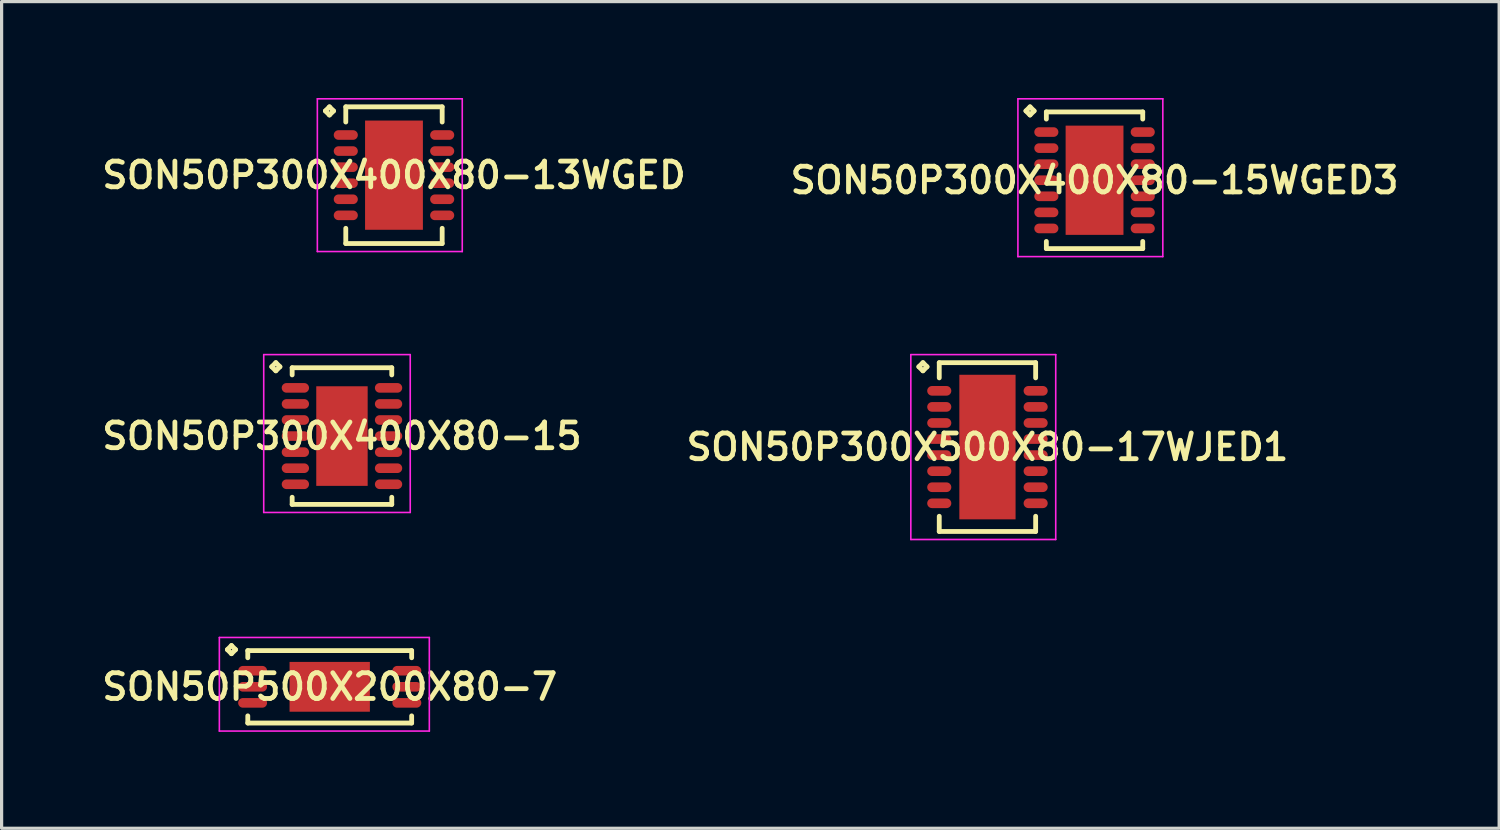
<source format=kicad_pcb>
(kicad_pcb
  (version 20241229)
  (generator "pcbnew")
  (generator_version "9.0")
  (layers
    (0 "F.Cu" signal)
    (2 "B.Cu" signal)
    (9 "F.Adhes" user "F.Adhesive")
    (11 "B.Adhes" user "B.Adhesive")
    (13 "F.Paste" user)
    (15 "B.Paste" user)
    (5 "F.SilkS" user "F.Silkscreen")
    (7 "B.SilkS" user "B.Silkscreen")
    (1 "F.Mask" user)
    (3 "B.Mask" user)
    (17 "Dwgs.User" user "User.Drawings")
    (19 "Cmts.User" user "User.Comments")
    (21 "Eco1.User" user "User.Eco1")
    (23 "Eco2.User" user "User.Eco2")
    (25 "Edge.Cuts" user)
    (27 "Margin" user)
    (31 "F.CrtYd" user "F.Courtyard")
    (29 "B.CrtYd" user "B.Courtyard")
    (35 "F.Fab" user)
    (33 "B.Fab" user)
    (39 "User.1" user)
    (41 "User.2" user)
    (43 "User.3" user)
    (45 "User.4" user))
  (footprint "SON50P300X400X80-13WGED"
    (layer "F.Cu")
    (at 9.212 2.402)
    (property "Reference" "SON50P300X400X80-13WGED" (at 0 0 0) (layer "F.SilkS") (effects (font (size 0.8 0.8) (thickness 0.15))))
    (attr smd)
    (fp_line (start -2.135 -2) (end -2.008 -2.127) (stroke (width 0.15) (type solid)) (layer "F.SilkS"))
    (fp_line (start -2.008 -2.127) (end -1.881 -2) (stroke (width 0.15) (type solid)) (layer "F.SilkS"))
    (fp_line (start -2.008 -1.873) (end -2.135 -2) (stroke (width 0.15) (type solid)) (layer "F.SilkS"))
    (fp_line (start -1.881 -2) (end -2.008 -1.873) (stroke (width 0.15) (type solid)) (layer "F.SilkS"))
    (fp_line (start -1.5 -2.127) (end 1.5 -2.127) (stroke (width 0.15) (type solid)) (layer "F.SilkS"))
    (fp_line (start -1.5 -1.654) (end -1.5 -2.127) (stroke (width 0.15) (type solid)) (layer "F.SilkS"))
    (fp_line (start -1.5 1.654) (end -1.5 2.127) (stroke (width 0.15) (type solid)) (layer "F.SilkS"))
    (fp_line (start -1.5 2.127) (end 1.5 2.127) (stroke (width 0.15) (type solid)) (layer "F.SilkS"))
    (fp_line (start 1.5 -2.127) (end 1.5 -1.654) (stroke (width 0.15) (type solid)) (layer "F.SilkS"))
    (fp_line (start 1.5 2.127) (end 1.5 1.654) (stroke (width 0.15) (type solid)) (layer "F.SilkS"))
    (fp_line (start -2.385 -2.377) (end 2.125 -2.377) (stroke (width 0.05) (type solid)) (layer "F.CrtYd"))
    (fp_line (start -2.385 2.377) (end -2.385 -2.377) (stroke (width 0.05) (type solid)) (layer "F.CrtYd"))
    (fp_line (start 2.125 -2.377) (end 2.125 2.377) (stroke (width 0.05) (type solid)) (layer "F.CrtYd"))
    (fp_line (start 2.125 2.377) (end -2.385 2.377) (stroke (width 0.05) (type solid)) (layer "F.CrtYd"))
    (pad "1" smd oval (at -1.5 -1.25) (size 0.75 0.3) (layers "F.Cu" "F.Mask" "F.Paste"))
    (pad "2" smd oval (at -1.5 -0.75) (size 0.75 0.3) (layers "F.Cu" "F.Mask" "F.Paste"))
    (pad "3" smd oval (at -1.5 -0.25) (size 0.75 0.3) (layers "F.Cu" "F.Mask" "F.Paste"))
    (pad "4" smd oval (at -1.5 0.25) (size 0.75 0.3) (layers "F.Cu" "F.Mask" "F.Paste"))
    (pad "5" smd oval (at -1.5 0.75) (size 0.75 0.3) (layers "F.Cu" "F.Mask" "F.Paste"))
    (pad "6" smd oval (at -1.5 1.25) (size 0.75 0.3) (layers "F.Cu" "F.Mask" "F.Paste"))
    (pad "7" smd oval (at 1.5 1.25) (size 0.75 0.3) (layers "F.Cu" "F.Mask" "F.Paste"))
    (pad "8" smd oval (at 1.5 0.75) (size 0.75 0.3) (layers "F.Cu" "F.Mask" "F.Paste"))
    (pad "9" smd oval (at 1.5 0.25) (size 0.75 0.3) (layers "F.Cu" "F.Mask" "F.Paste"))
    (pad "10" smd oval (at 1.5 -0.25) (size 0.75 0.3) (layers "F.Cu" "F.Mask" "F.Paste"))
    (pad "11" smd oval (at 1.5 -0.75) (size 0.75 0.3) (layers "F.Cu" "F.Mask" "F.Paste"))
    (pad "12" smd oval (at 1.5 -1.25) (size 0.75 0.3) (layers "F.Cu" "F.Mask" "F.Paste"))
    (pad "13" smd rect (at 0 0) (size 1.8 3.4) (layers "F.Cu" "F.Mask" "F.Paste")))
  (footprint "SON50P300X400X80-15"
    (layer "F.Cu")
    (at 7.593 10.522)
    (property "Reference" "SON50P300X400X80-15" (at 0 0 0) (layer "F.SilkS") (effects (font (size 0.8 0.8) (thickness 0.15))))
    (attr smd)
    (fp_line (start -2.185 -2.158) (end -2.058 -2.285) (stroke (width 0.15) (type solid)) (layer "F.SilkS"))
    (fp_line (start -2.058 -2.285) (end -1.931 -2.158) (stroke (width 0.15) (type solid)) (layer "F.SilkS"))
    (fp_line (start -2.058 -2.031) (end -2.185 -2.158) (stroke (width 0.15) (type solid)) (layer "F.SilkS"))
    (fp_line (start -1.931 -2.158) (end -2.058 -2.031) (stroke (width 0.15) (type solid)) (layer "F.SilkS"))
    (fp_line (start -1.55 -2.127) (end 1.55 -2.127) (stroke (width 0.15) (type solid)) (layer "F.SilkS"))
    (fp_line (start -1.55 -1.904) (end -1.55 -2.127) (stroke (width 0.15) (type solid)) (layer "F.SilkS"))
    (fp_line (start -1.55 1.904) (end -1.55 2.127) (stroke (width 0.15) (type solid)) (layer "F.SilkS"))
    (fp_line (start -1.55 2.127) (end 1.55 2.127) (stroke (width 0.15) (type solid)) (layer "F.SilkS"))
    (fp_line (start 1.55 -2.127) (end 1.55 -1.904) (stroke (width 0.15) (type solid)) (layer "F.SilkS"))
    (fp_line (start 1.55 2.127) (end 1.55 1.904) (stroke (width 0.15) (type solid)) (layer "F.SilkS"))
    (fp_line (start -2.435 -2.535) (end 2.125 -2.535) (stroke (width 0.05) (type solid)) (layer "F.CrtYd"))
    (fp_line (start -2.435 2.377) (end -2.435 -2.535) (stroke (width 0.05) (type solid)) (layer "F.CrtYd"))
    (fp_line (start 2.125 -2.535) (end 2.125 2.377) (stroke (width 0.05) (type solid)) (layer "F.CrtYd"))
    (fp_line (start 2.125 2.377) (end -2.435 2.377) (stroke (width 0.05) (type solid)) (layer "F.CrtYd"))
    (pad "1" smd oval (at -1.45 -1.5) (size 0.85 0.3) (layers "F.Cu" "F.Mask" "F.Paste"))
    (pad "2" smd oval (at -1.45 -1) (size 0.85 0.3) (layers "F.Cu" "F.Mask" "F.Paste"))
    (pad "3" smd oval (at -1.45 -0.5) (size 0.85 0.3) (layers "F.Cu" "F.Mask" "F.Paste"))
    (pad "4" smd oval (at -1.45 0) (size 0.85 0.3) (layers "F.Cu" "F.Mask" "F.Paste"))
    (pad "5" smd oval (at -1.45 0.5) (size 0.85 0.3) (layers "F.Cu" "F.Mask" "F.Paste"))
    (pad "6" smd oval (at -1.45 1) (size 0.85 0.3) (layers "F.Cu" "F.Mask" "F.Paste"))
    (pad "7" smd oval (at -1.45 1.5) (size 0.85 0.3) (layers "F.Cu" "F.Mask" "F.Paste"))
    (pad "8" smd oval (at 1.45 1.5) (size 0.85 0.3) (layers "F.Cu" "F.Mask" "F.Paste"))
    (pad "9" smd oval (at 1.45 1) (size 0.85 0.3) (layers "F.Cu" "F.Mask" "F.Paste"))
    (pad "10" smd oval (at 1.45 0.5) (size 0.85 0.3) (layers "F.Cu" "F.Mask" "F.Paste"))
    (pad "11" smd oval (at 1.45 0) (size 0.85 0.3) (layers "F.Cu" "F.Mask" "F.Paste"))
    (pad "12" smd oval (at 1.45 -0.5) (size 0.85 0.3) (layers "F.Cu" "F.Mask" "F.Paste"))
    (pad "13" smd oval (at 1.45 -1) (size 0.85 0.3) (layers "F.Cu" "F.Mask" "F.Paste"))
    (pad "14" smd oval (at 1.45 -1.5) (size 0.85 0.3) (layers "F.Cu" "F.Mask" "F.Paste"))
    (pad "15" smd rect (at 0 0) (size 1.6 3.1) (layers "F.Cu" "F.Mask" "F.Paste")))
  (footprint "SON50P500X200X80-7"
    (layer "F.Cu")
    (at 7.212 18.326)
    (property "Reference" "SON50P500X200X80-7" (at 0 0 0) (layer "F.SilkS") (effects (font (size 0.8 0.8) (thickness 0.15))))
    (attr smd)
    (fp_line (start -3.185 -1.158) (end -3.058 -1.285) (stroke (width 0.15) (type solid)) (layer "F.SilkS"))
    (fp_line (start -3.058 -1.285) (end -2.931 -1.158) (stroke (width 0.15) (type solid)) (layer "F.SilkS"))
    (fp_line (start -3.058 -1.031) (end -3.185 -1.158) (stroke (width 0.15) (type solid)) (layer "F.SilkS"))
    (fp_line (start -2.931 -1.158) (end -3.058 -1.031) (stroke (width 0.15) (type solid)) (layer "F.SilkS"))
    (fp_line (start -2.55 -1.127) (end 2.55 -1.127) (stroke (width 0.15) (type solid)) (layer "F.SilkS"))
    (fp_line (start -2.55 -0.904) (end -2.55 -1.127) (stroke (width 0.15) (type solid)) (layer "F.SilkS"))
    (fp_line (start -2.55 0.904) (end -2.55 1.127) (stroke (width 0.15) (type solid)) (layer "F.SilkS"))
    (fp_line (start -2.55 1.127) (end 2.55 1.127) (stroke (width 0.15) (type solid)) (layer "F.SilkS"))
    (fp_line (start 2.55 -1.127) (end 2.55 -0.904) (stroke (width 0.15) (type solid)) (layer "F.SilkS"))
    (fp_line (start 2.55 1.127) (end 2.55 0.904) (stroke (width 0.15) (type solid)) (layer "F.SilkS"))
    (fp_line (start -3.435 -1.535) (end 3.1 -1.535) (stroke (width 0.05) (type solid)) (layer "F.CrtYd"))
    (fp_line (start -3.435 1.377) (end -3.435 -1.535) (stroke (width 0.05) (type solid)) (layer "F.CrtYd"))
    (fp_line (start 3.1 -1.535) (end 3.1 1.377) (stroke (width 0.05) (type solid)) (layer "F.CrtYd"))
    (fp_line (start 3.1 1.377) (end -3.435 1.377) (stroke (width 0.05) (type solid)) (layer "F.CrtYd"))
    (pad "1" smd oval (at -2.4 -0.5) (size 0.9 0.3) (layers "F.Cu" "F.Mask" "F.Paste"))
    (pad "2" smd oval (at -2.4 0) (size 0.9 0.3) (layers "F.Cu" "F.Mask" "F.Paste"))
    (pad "3" smd oval (at -2.4 0.5) (size 0.9 0.3) (layers "F.Cu" "F.Mask" "F.Paste"))
    (pad "4" smd oval (at 2.4 0.5) (size 0.9 0.3) (layers "F.Cu" "F.Mask" "F.Paste"))
    (pad "5" smd oval (at 2.4 0) (size 0.9 0.3) (layers "F.Cu" "F.Mask" "F.Paste"))
    (pad "6" smd oval (at 2.4 -0.5) (size 0.9 0.3) (layers "F.Cu" "F.Mask" "F.Paste"))
    (pad "7" smd rect (at 0 0) (size 2.5 1.55) (layers "F.Cu" "F.Mask" "F.Paste")))
  (footprint "SON50P300X400X80-15WGED3"
    (layer "F.Cu")
    (at 31.016 2.56)
    (property "Reference" "SON50P300X400X80-15WGED3" (at 0 0 0) (layer "F.SilkS") (effects (font (size 0.8 0.8) (thickness 0.15))))
    (attr smd)
    (fp_line (start -2.135 -2.158) (end -2.008 -2.285) (stroke (width 0.15) (type solid)) (layer "F.SilkS"))
    (fp_line (start -2.008 -2.285) (end -1.881 -2.158) (stroke (width 0.15) (type solid)) (layer "F.SilkS"))
    (fp_line (start -2.008 -2.031) (end -2.135 -2.158) (stroke (width 0.15) (type solid)) (layer "F.SilkS"))
    (fp_line (start -1.881 -2.158) (end -2.008 -2.031) (stroke (width 0.15) (type solid)) (layer "F.SilkS"))
    (fp_line (start -1.5 -2.127) (end 1.5 -2.127) (stroke (width 0.15) (type solid)) (layer "F.SilkS"))
    (fp_line (start -1.5 -1.904) (end -1.5 -2.127) (stroke (width 0.15) (type solid)) (layer "F.SilkS"))
    (fp_line (start -1.5 1.904) (end -1.5 2.127) (stroke (width 0.15) (type solid)) (layer "F.SilkS"))
    (fp_line (start -1.5 2.127) (end 1.5 2.127) (stroke (width 0.15) (type solid)) (layer "F.SilkS"))
    (fp_line (start 1.5 -2.127) (end 1.5 -1.904) (stroke (width 0.15) (type solid)) (layer "F.SilkS"))
    (fp_line (start 1.5 2.127) (end 1.5 1.904) (stroke (width 0.15) (type solid)) (layer "F.SilkS"))
    (fp_line (start -2.385 -2.535) (end 2.125 -2.535) (stroke (width 0.05) (type solid)) (layer "F.CrtYd"))
    (fp_line (start -2.385 2.377) (end -2.385 -2.535) (stroke (width 0.05) (type solid)) (layer "F.CrtYd"))
    (fp_line (start 2.125 -2.535) (end 2.125 2.377) (stroke (width 0.05) (type solid)) (layer "F.CrtYd"))
    (fp_line (start 2.125 2.377) (end -2.385 2.377) (stroke (width 0.05) (type solid)) (layer "F.CrtYd"))
    (pad "1" smd oval (at -1.5 -1.5) (size 0.75 0.3) (layers "F.Cu" "F.Mask" "F.Paste"))
    (pad "2" smd oval (at -1.5 -1) (size 0.75 0.3) (layers "F.Cu" "F.Mask" "F.Paste"))
    (pad "3" smd oval (at -1.5 -0.5) (size 0.75 0.3) (layers "F.Cu" "F.Mask" "F.Paste"))
    (pad "4" smd oval (at -1.5 0) (size 0.75 0.3) (layers "F.Cu" "F.Mask" "F.Paste"))
    (pad "5" smd oval (at -1.5 0.5) (size 0.75 0.3) (layers "F.Cu" "F.Mask" "F.Paste"))
    (pad "6" smd oval (at -1.5 1) (size 0.75 0.3) (layers "F.Cu" "F.Mask" "F.Paste"))
    (pad "7" smd oval (at -1.5 1.5) (size 0.75 0.3) (layers "F.Cu" "F.Mask" "F.Paste"))
    (pad "8" smd oval (at 1.5 1.5) (size 0.75 0.3) (layers "F.Cu" "F.Mask" "F.Paste"))
    (pad "9" smd oval (at 1.5 1) (size 0.75 0.3) (layers "F.Cu" "F.Mask" "F.Paste"))
    (pad "10" smd oval (at 1.5 0.5) (size 0.75 0.3) (layers "F.Cu" "F.Mask" "F.Paste"))
    (pad "11" smd oval (at 1.5 0) (size 0.75 0.3) (layers "F.Cu" "F.Mask" "F.Paste"))
    (pad "12" smd oval (at 1.5 -0.5) (size 0.75 0.3) (layers "F.Cu" "F.Mask" "F.Paste"))
    (pad "13" smd oval (at 1.5 -1) (size 0.75 0.3) (layers "F.Cu" "F.Mask" "F.Paste"))
    (pad "14" smd oval (at 1.5 -1.5) (size 0.75 0.3) (layers "F.Cu" "F.Mask" "F.Paste"))
    (pad "15" smd rect (at 0 0) (size 1.8 3.4) (layers "F.Cu" "F.Mask" "F.Paste")))
  (footprint "SON50P300X500X80-17WJED1"
    (layer "F.Cu")
    (at 27.683 10.864)
    (property "Reference" "SON50P300X500X80-17WJED1" (at 0 0 0) (layer "F.SilkS") (effects (font (size 0.8 0.8) (thickness 0.15))))
    (attr smd)
    (fp_line (start -2.135 -2.5) (end -2.008 -2.627) (stroke (width 0.15) (type solid)) (layer "F.SilkS"))
    (fp_line (start -2.008 -2.627) (end -1.881 -2.5) (stroke (width 0.15) (type solid)) (layer "F.SilkS"))
    (fp_line (start -2.008 -2.373) (end -2.135 -2.5) (stroke (width 0.15) (type solid)) (layer "F.SilkS"))
    (fp_line (start -1.881 -2.5) (end -2.008 -2.373) (stroke (width 0.15) (type solid)) (layer "F.SilkS"))
    (fp_line (start -1.5 -2.627) (end 1.5 -2.627) (stroke (width 0.15) (type solid)) (layer "F.SilkS"))
    (fp_line (start -1.5 -2.154) (end -1.5 -2.627) (stroke (width 0.15) (type solid)) (layer "F.SilkS"))
    (fp_line (start -1.5 2.154) (end -1.5 2.627) (stroke (width 0.15) (type solid)) (layer "F.SilkS"))
    (fp_line (start -1.5 2.627) (end 1.5 2.627) (stroke (width 0.15) (type solid)) (layer "F.SilkS"))
    (fp_line (start 1.5 -2.627) (end 1.5 -2.154) (stroke (width 0.15) (type solid)) (layer "F.SilkS"))
    (fp_line (start 1.5 2.627) (end 1.5 2.154) (stroke (width 0.15) (type solid)) (layer "F.SilkS"))
    (fp_line (start -2.385 -2.877) (end 2.125 -2.877) (stroke (width 0.05) (type solid)) (layer "F.CrtYd"))
    (fp_line (start -2.385 2.877) (end -2.385 -2.877) (stroke (width 0.05) (type solid)) (layer "F.CrtYd"))
    (fp_line (start 2.125 -2.877) (end 2.125 2.877) (stroke (width 0.05) (type solid)) (layer "F.CrtYd"))
    (fp_line (start 2.125 2.877) (end -2.385 2.877) (stroke (width 0.05) (type solid)) (layer "F.CrtYd"))
    (pad "1" smd oval (at -1.5 -1.75) (size 0.75 0.3) (layers "F.Cu" "F.Mask" "F.Paste"))
    (pad "2" smd oval (at -1.5 -1.25) (size 0.75 0.3) (layers "F.Cu" "F.Mask" "F.Paste"))
    (pad "3" smd oval (at -1.5 -0.75) (size 0.75 0.3) (layers "F.Cu" "F.Mask" "F.Paste"))
    (pad "4" smd oval (at -1.5 -0.25) (size 0.75 0.3) (layers "F.Cu" "F.Mask" "F.Paste"))
    (pad "5" smd oval (at -1.5 0.25) (size 0.75 0.3) (layers "F.Cu" "F.Mask" "F.Paste"))
    (pad "6" smd oval (at -1.5 0.75) (size 0.75 0.3) (layers "F.Cu" "F.Mask" "F.Paste"))
    (pad "7" smd oval (at -1.5 1.25) (size 0.75 0.3) (layers "F.Cu" "F.Mask" "F.Paste"))
    (pad "8" smd oval (at -1.5 1.75) (size 0.75 0.3) (layers "F.Cu" "F.Mask" "F.Paste"))
    (pad "9" smd oval (at 1.5 1.75) (size 0.75 0.3) (layers "F.Cu" "F.Mask" "F.Paste"))
    (pad "10" smd oval (at 1.5 1.25) (size 0.75 0.3) (layers "F.Cu" "F.Mask" "F.Paste"))
    (pad "11" smd oval (at 1.5 0.75) (size 0.75 0.3) (layers "F.Cu" "F.Mask" "F.Paste"))
    (pad "12" smd oval (at 1.5 0.25) (size 0.75 0.3) (layers "F.Cu" "F.Mask" "F.Paste"))
    (pad "13" smd oval (at 1.5 -0.25) (size 0.75 0.3) (layers "F.Cu" "F.Mask" "F.Paste"))
    (pad "14" smd oval (at 1.5 -0.75) (size 0.75 0.3) (layers "F.Cu" "F.Mask" "F.Paste"))
    (pad "15" smd oval (at 1.5 -1.25) (size 0.75 0.3) (layers "F.Cu" "F.Mask" "F.Paste"))
    (pad "16" smd oval (at 1.5 -1.75) (size 0.75 0.3) (layers "F.Cu" "F.Mask" "F.Paste"))
    (pad "17" smd rect (at 0 0) (size 1.75 4.5) (layers "F.Cu" "F.Mask" "F.Paste")))
  (gr_rect
    (start -3 -3)
    (end 43.609 22.728)
    (stroke (width 0.1) (type default))
    (fill no)
    (layer "Edge.Cuts")))
</source>
